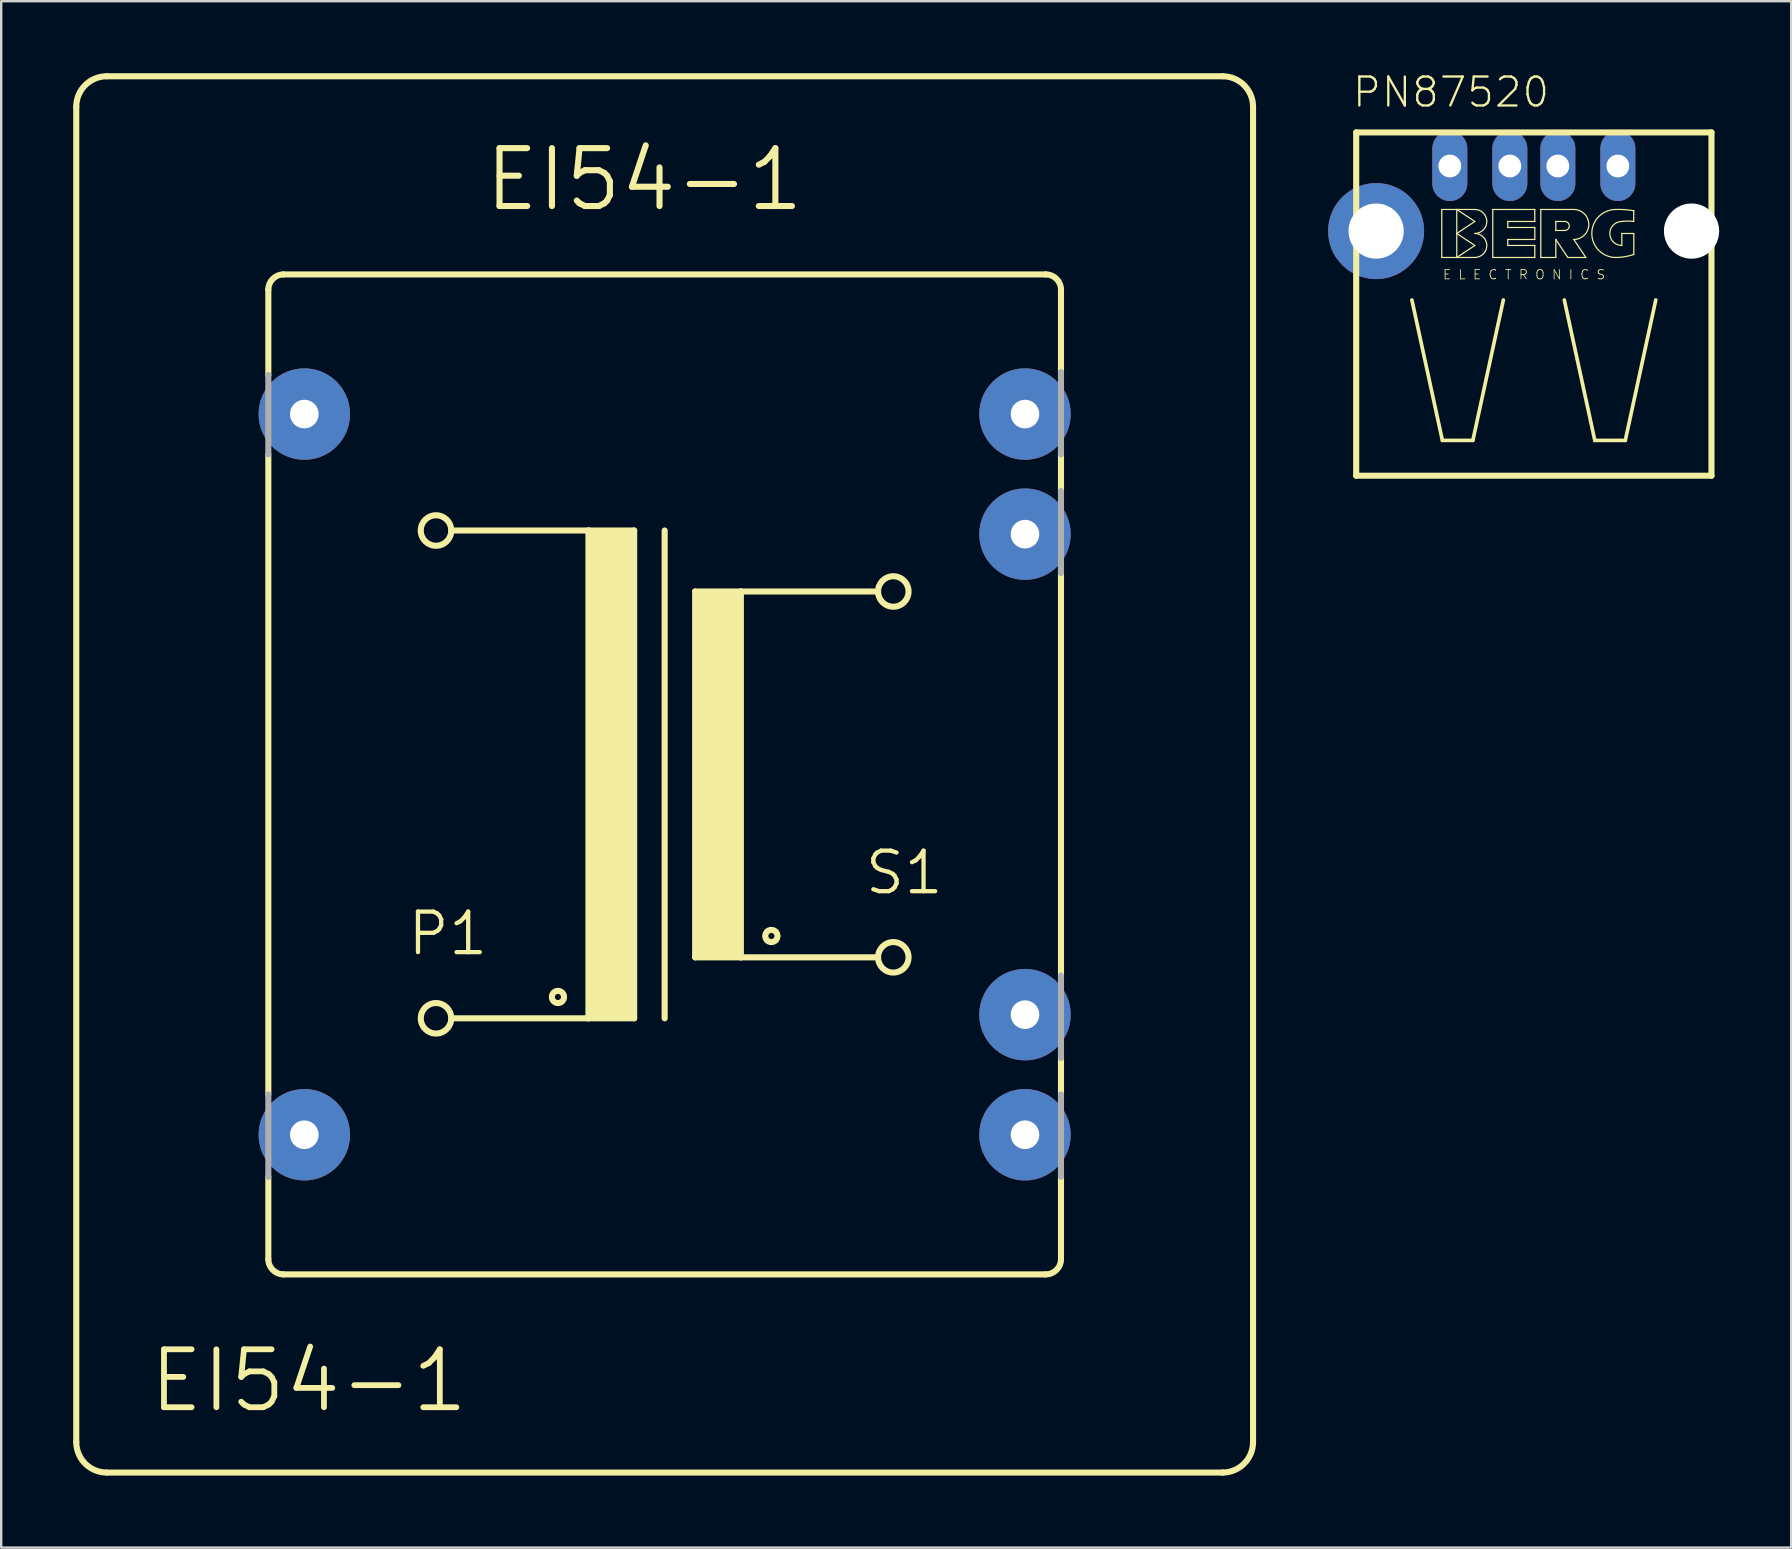
<source format=kicad_pcb>
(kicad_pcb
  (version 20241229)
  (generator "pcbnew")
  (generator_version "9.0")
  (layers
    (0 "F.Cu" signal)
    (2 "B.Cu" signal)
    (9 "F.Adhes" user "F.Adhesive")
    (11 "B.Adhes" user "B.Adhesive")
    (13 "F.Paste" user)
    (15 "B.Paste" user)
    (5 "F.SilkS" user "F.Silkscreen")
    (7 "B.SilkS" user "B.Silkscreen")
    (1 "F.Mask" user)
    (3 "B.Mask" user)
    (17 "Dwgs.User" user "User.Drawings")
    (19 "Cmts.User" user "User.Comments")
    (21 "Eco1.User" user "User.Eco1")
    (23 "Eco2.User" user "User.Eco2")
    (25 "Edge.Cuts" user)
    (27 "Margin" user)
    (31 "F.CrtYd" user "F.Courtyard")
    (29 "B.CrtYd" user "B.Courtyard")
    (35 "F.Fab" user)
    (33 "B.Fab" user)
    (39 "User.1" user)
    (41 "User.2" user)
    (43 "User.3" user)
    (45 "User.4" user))
  (footprint "PN87520"
    (layer "F.Cu")
    (at 60.846 6.576)
    (property "Reference" "PN87520" (at -7.62 -5.08 0) (layer "F.SilkS") (effects (font (size 1.206 1.206) (thickness 0.097)) (justify left bottom)))
    (attr through_hole)
    (fp_line (start -7.4 -4.11) (end -7.4 10.19) (stroke (width 0.254) (type solid)) (layer "F.SilkS"))
    (fp_line (start -7.4 10.19) (end 7.4 10.19) (stroke (width 0.254) (type solid)) (layer "F.SilkS"))
    (fp_line (start -5.08 2.87) (end -3.81 8.72) (stroke (width 0.152) (type solid)) (layer "F.SilkS"))
    (fp_line (start -3.835 -0.9) (end -3.835 1.1) (stroke (width 0.051) (type solid)) (layer "F.SilkS"))
    (fp_line (start -3.835 1.1) (end -3.21 1.1) (stroke (width 0.051) (type solid)) (layer "F.SilkS"))
    (fp_line (start -3.81 8.72) (end -2.54 8.72) (stroke (width 0.152) (type solid)) (layer "F.SilkS"))
    (fp_line (start -3.21 -0.9) (end -3.835 -0.9) (stroke (width 0.051) (type solid)) (layer "F.SilkS"))
    (fp_line (start -3.21 -0.9) (end -2.46 -0.4) (stroke (width 0.051) (type solid)) (layer "F.SilkS"))
    (fp_line (start -3.21 0.1) (end -3.21 -0.9) (stroke (width 0.051) (type solid)) (layer "F.SilkS"))
    (fp_line (start -3.21 0.1) (end -2.46 0.6) (stroke (width 0.051) (type solid)) (layer "F.SilkS"))
    (fp_line (start -3.21 1.1) (end -3.21 0.1) (stroke (width 0.051) (type solid)) (layer "F.SilkS"))
    (fp_line (start -2.54 8.72) (end -1.27 2.87) (stroke (width 0.152) (type solid)) (layer "F.SilkS"))
    (fp_line (start -2.46 -0.9) (end -3.21 -0.9) (stroke (width 0.051) (type solid)) (layer "F.SilkS"))
    (fp_line (start -2.46 -0.4) (end -3.21 0.1) (stroke (width 0.051) (type solid)) (layer "F.SilkS"))
    (fp_line (start -2.46 0.6) (end -3.21 1.1) (stroke (width 0.051) (type solid)) (layer "F.SilkS"))
    (fp_line (start -2.46 1.1) (end -3.21 1.1) (stroke (width 0.051) (type solid)) (layer "F.SilkS"))
    (fp_line (start -1.71 -0.9) (end -1.71 1.1) (stroke (width 0.051) (type solid)) (layer "F.SilkS"))
    (fp_line (start -1.71 1.1) (end 0.04 1.1) (stroke (width 0.051) (type solid)) (layer "F.SilkS"))
    (fp_line (start -1.085 -0.4) (end 0.04 -0.4) (stroke (width 0.051) (type solid)) (layer "F.SilkS"))
    (fp_line (start -1.085 -0.15) (end -1.085 -0.4) (stroke (width 0.051) (type solid)) (layer "F.SilkS"))
    (fp_line (start -1.085 0.35) (end 0.04 0.35) (stroke (width 0.051) (type solid)) (layer "F.SilkS"))
    (fp_line (start -1.085 0.6) (end -1.085 0.35) (stroke (width 0.051) (type solid)) (layer "F.SilkS"))
    (fp_line (start 0.04 -0.9) (end -1.71 -0.9) (stroke (width 0.051) (type solid)) (layer "F.SilkS"))
    (fp_line (start 0.04 -0.4) (end 0.04 -0.9) (stroke (width 0.051) (type solid)) (layer "F.SilkS"))
    (fp_line (start 0.04 -0.15) (end -1.085 -0.15) (stroke (width 0.051) (type solid)) (layer "F.SilkS"))
    (fp_line (start 0.04 0.35) (end 0.04 -0.15) (stroke (width 0.051) (type solid)) (layer "F.SilkS"))
    (fp_line (start 0.04 0.6) (end -1.085 0.6) (stroke (width 0.051) (type solid)) (layer "F.SilkS"))
    (fp_line (start 0.04 1.1) (end 0.04 0.6) (stroke (width 0.051) (type solid)) (layer "F.SilkS"))
    (fp_line (start 0.29 -0.9) (end 0.29 1.1) (stroke (width 0.051) (type solid)) (layer "F.SilkS"))
    (fp_line (start 0.29 -0.9) (end 1.665 -0.9) (stroke (width 0.051) (type solid)) (layer "F.SilkS"))
    (fp_line (start 0.29 1.1) (end 0.915 1.1) (stroke (width 0.051) (type solid)) (layer "F.SilkS"))
    (fp_line (start 0.915 -0.4) (end 0.915 -0.025) (stroke (width 0.051) (type solid)) (layer "F.SilkS"))
    (fp_line (start 0.915 -0.4) (end 1.29 -0.4) (stroke (width 0.051) (type solid)) (layer "F.SilkS"))
    (fp_line (start 0.915 -0.025) (end 1.29 -0.025) (stroke (width 0.051) (type solid)) (layer "F.SilkS"))
    (fp_line (start 0.915 0.35) (end 1.415 1.1) (stroke (width 0.051) (type solid)) (layer "F.SilkS"))
    (fp_line (start 0.915 1.1) (end 0.915 0.35) (stroke (width 0.051) (type solid)) (layer "F.SilkS"))
    (fp_line (start 1.27 2.87) (end 2.54 8.72) (stroke (width 0.152) (type solid)) (layer "F.SilkS"))
    (fp_line (start 1.415 1.1) (end 2.165 1.1) (stroke (width 0.051) (type solid)) (layer "F.SilkS"))
    (fp_line (start 2.165 1.1) (end 1.665 0.35) (stroke (width 0.051) (type solid)) (layer "F.SilkS"))
    (fp_line (start 2.54 8.72) (end 3.81 8.72) (stroke (width 0.152) (type solid)) (layer "F.SilkS"))
    (fp_line (start 3.665 0.1) (end 3.665 0.6) (stroke (width 0.051) (type solid)) (layer "F.SilkS"))
    (fp_line (start 3.665 0.1) (end 4.165 0.1) (stroke (width 0.051) (type solid)) (layer "F.SilkS"))
    (fp_line (start 3.81 8.72) (end 5.08 2.87) (stroke (width 0.152) (type solid)) (layer "F.SilkS"))
    (fp_line (start 4.16 -0.4) (end 4.16 -0.845) (stroke (width 0.051) (type solid)) (layer "F.SilkS"))
    (fp_line (start 4.165 0.1) (end 4.165 0.975) (stroke (width 0.051) (type solid)) (layer "F.SilkS"))
    (fp_line (start 7.4 -4.11) (end -7.4 -4.11) (stroke (width 0.254) (type solid)) (layer "F.SilkS"))
    (fp_line (start 7.4 10.19) (end 7.4 -4.11) (stroke (width 0.254) (type solid)) (layer "F.SilkS"))
    (fp_arc (start -2.46 -0.9) (mid -1.96 -0.4) (end -2.46 0.1) (stroke (width 0.0508) (type solid)) (layer "F.SilkS"))
    (fp_arc (start -2.46 0.1) (mid -1.96 0.6) (end -2.46 1.1) (stroke (width 0.0508) (type solid)) (layer "F.SilkS"))
    (fp_arc (start 1.29 -0.4) (mid 1.4775 -0.2125) (end 1.29 -0.025) (stroke (width 0.0508) (type solid)) (layer "F.SilkS"))
    (fp_arc (start 1.665 -0.9) (mid 2.29 -0.275) (end 1.665 0.35) (stroke (width 0.0508) (type solid)) (layer "F.SilkS"))
    (fp_arc (start 3.415 -0.9) (mid 3.796448 -0.892513) (end 4.175 -0.845) (stroke (width 0.0508) (type solid)) (layer "F.SilkS"))
    (fp_arc (start 3.415 1.1) (mid 2.415 0.1) (end 3.415 -0.9) (stroke (width 0.0508) (type solid)) (layer "F.SilkS"))
    (fp_arc (start 3.665 -0.4) (mid 3.915 -0.416593) (end 4.165 -0.4) (stroke (width 0.0508) (type solid)) (layer "F.SilkS"))
    (fp_arc (start 3.665 0.6) (mid 3.165 0.1) (end 3.665 -0.4) (stroke (width 0.0508) (type solid)) (layer "F.SilkS"))
    (fp_arc (start 4.165 0.975) (mid 3.795035 1.06771) (end 3.415 1.1) (stroke (width 0.0508) (type solid)) (layer "F.SilkS"))
    (fp_text user "E L E C T R O N I C S" (at -3.81 2.04 0) (layer "F.SilkS") (effects (font (size 0.386 0.386) (thickness 0.033)) (justify left bottom)))
    (pad "" thru_hole circle (at -6.57 0) (size 4 4) (drill 2.3) (layers "*.Cu" "*.Mask"))
    (pad "" np_thru_hole circle (at 6.57 0) (size 2.3 2.3) (drill 2.3) (layers "*.Cu" "*.Mask"))
    (pad "1" thru_hole oval (at -3.5 -2.71 90) (size 2.916 1.458) (drill 0.95) (layers "*.Cu" "*.Mask"))
    (pad "2" thru_hole oval (at -1 -2.71 90) (size 2.916 1.458) (drill 0.95) (layers "*.Cu" "*.Mask"))
    (pad "3" thru_hole oval (at 1 -2.71 90) (size 2.916 1.458) (drill 0.95) (layers "*.Cu" "*.Mask"))
    (pad "4" thru_hole oval (at 3.5 -2.71 90) (size 2.916 1.458) (drill 0.95) (layers "*.Cu" "*.Mask")))
  (footprint "EI54-1"
    (layer "F.Cu")
    (at 24.638 29.21)
    (property "Reference" "EI54-1" (at -21.59 26.67 0) (layer "F.SilkS") (effects (font (size 2.413 2.413) (thickness 0.241)) (justify left bottom)))
    (attr through_hole)
    (fp_line (start -24.511 27.813) (end -24.511 -27.813) (stroke (width 0.254) (type solid)) (layer "F.SilkS"))
    (fp_line (start -16.51 -20.193) (end -16.51 -16.637) (stroke (width 0.254) (type solid)) (layer "F.SilkS"))
    (fp_line (start -16.51 -13.335) (end -16.51 13.335) (stroke (width 0.254) (type solid)) (layer "F.SilkS"))
    (fp_line (start -16.51 20.193) (end -16.51 16.764) (stroke (width 0.254) (type solid)) (layer "F.SilkS"))
    (fp_line (start -15.875 -20.828) (end 15.875 -20.828) (stroke (width 0.254) (type solid)) (layer "F.SilkS"))
    (fp_line (start -15.875 20.828) (end 15.875 20.828) (stroke (width 0.254) (type solid)) (layer "F.SilkS"))
    (fp_line (start -8.89 -10.16) (end -3.175 -10.16) (stroke (width 0.254) (type solid)) (layer "F.SilkS"))
    (fp_line (start -3.175 -10.16) (end -3.175 10.16) (stroke (width 0.254) (type solid)) (layer "F.SilkS"))
    (fp_line (start -3.175 -10.16) (end -1.27 -10.16) (stroke (width 0.254) (type solid)) (layer "F.SilkS"))
    (fp_line (start -3.175 10.16) (end -8.89 10.16) (stroke (width 0.254) (type solid)) (layer "F.SilkS"))
    (fp_line (start -1.27 -10.16) (end -1.27 10.16) (stroke (width 0.254) (type solid)) (layer "F.SilkS"))
    (fp_line (start -1.27 10.16) (end -3.175 10.16) (stroke (width 0.254) (type solid)) (layer "F.SilkS"))
    (fp_line (start 0 -10.16) (end 0 10.16) (stroke (width 0.254) (type solid)) (layer "F.SilkS"))
    (fp_line (start 1.27 -7.62) (end 1.27 7.62) (stroke (width 0.254) (type solid)) (layer "F.SilkS"))
    (fp_line (start 1.27 -7.62) (end 3.175 -7.62) (stroke (width 0.254) (type solid)) (layer "F.SilkS"))
    (fp_line (start 1.27 7.62) (end 3.175 7.62) (stroke (width 0.254) (type solid)) (layer "F.SilkS"))
    (fp_line (start 3.175 -7.62) (end 8.89 -7.62) (stroke (width 0.254) (type solid)) (layer "F.SilkS"))
    (fp_line (start 3.175 7.62) (end 3.175 -7.62) (stroke (width 0.254) (type solid)) (layer "F.SilkS"))
    (fp_line (start 3.175 7.62) (end 8.89 7.62) (stroke (width 0.254) (type solid)) (layer "F.SilkS"))
    (fp_line (start 16.51 -20.193) (end 16.51 -16.764) (stroke (width 0.254) (type solid)) (layer "F.SilkS"))
    (fp_line (start 16.51 -13.335) (end 16.51 -11.811) (stroke (width 0.254) (type solid)) (layer "F.SilkS"))
    (fp_line (start 16.51 -8.382) (end 16.51 8.382) (stroke (width 0.254) (type solid)) (layer "F.SilkS"))
    (fp_line (start 16.51 11.684) (end 16.51 13.335) (stroke (width 0.254) (type solid)) (layer "F.SilkS"))
    (fp_line (start 16.51 20.193) (end 16.51 16.764) (stroke (width 0.254) (type solid)) (layer "F.SilkS"))
    (fp_line (start 23.241 -29.083) (end -23.241 -29.083) (stroke (width 0.254) (type solid)) (layer "F.SilkS"))
    (fp_line (start 23.241 29.083) (end -23.241 29.083) (stroke (width 0.254) (type solid)) (layer "F.SilkS"))
    (fp_line (start 24.511 -27.813) (end 24.511 27.813) (stroke (width 0.254) (type solid)) (layer "F.SilkS"))
    (fp_arc (start -24.511 -27.813) (mid -24.139026 -28.711026) (end -23.241 -29.083) (stroke (width 0.254) (type solid)) (layer "F.SilkS"))
    (fp_arc (start -23.241 29.083) (mid -24.139026 28.711026) (end -24.511 27.813) (stroke (width 0.254) (type solid)) (layer "F.SilkS"))
    (fp_arc (start -16.51 -20.193) (mid -16.324013 -20.642013) (end -15.875 -20.828) (stroke (width 0.254) (type solid)) (layer "F.SilkS"))
    (fp_arc (start -15.875 20.828) (mid -16.324013 20.642013) (end -16.51 20.193) (stroke (width 0.254) (type solid)) (layer "F.SilkS"))
    (fp_arc (start 15.875 -20.828) (mid 16.324013 -20.642013) (end 16.51 -20.193) (stroke (width 0.254) (type solid)) (layer "F.SilkS"))
    (fp_arc (start 16.51 20.193) (mid 16.324013 20.642013) (end 15.875 20.828) (stroke (width 0.254) (type solid)) (layer "F.SilkS"))
    (fp_arc (start 23.241 -29.083) (mid 24.139026 -28.711026) (end 24.511 -27.813) (stroke (width 0.254) (type solid)) (layer "F.SilkS"))
    (fp_arc (start 24.511 27.813) (mid 24.139026 28.711026) (end 23.241 29.083) (stroke (width 0.254) (type solid)) (layer "F.SilkS"))
    (fp_circle (center -9.525 -10.16) (end -8.89 -10.16) (stroke (width 0.254) (type solid)) (fill no) (layer "F.SilkS"))
    (fp_circle (center -9.525 10.16) (end -8.89 10.16) (stroke (width 0.254) (type solid)) (fill no) (layer "F.SilkS"))
    (fp_circle (center -4.445 9.271) (end -4.191 9.271) (stroke (width 0.254) (type solid)) (fill no) (layer "F.SilkS"))
    (fp_circle (center 4.445 6.731) (end 4.699 6.731) (stroke (width 0.254) (type solid)) (fill no) (layer "F.SilkS"))
    (fp_circle (center 9.525 -7.62) (end 10.16 -7.62) (stroke (width 0.254) (type solid)) (fill no) (layer "F.SilkS"))
    (fp_circle (center 9.525 7.62) (end 10.16 7.62) (stroke (width 0.254) (type solid)) (fill no) (layer "F.SilkS"))
    (fp_poly (pts (xy -3.175 10.16) (xy -1.27 10.16) (xy -1.27 -10.16) (xy -3.175 -10.16)) (stroke (width 0) (type solid)) (fill yes) (layer "F.SilkS"))
    (fp_poly (pts (xy 1.27 7.62) (xy 3.175 7.62) (xy 3.175 -7.62) (xy 1.27 -7.62)) (stroke (width 0) (type solid)) (fill yes) (layer "F.SilkS"))
    (fp_line (start -16.51 -13.335) (end -16.51 -16.637) (stroke (width 0.254) (type solid)) (layer "F.Fab"))
    (fp_line (start -16.51 13.335) (end -16.51 16.764) (stroke (width 0.254) (type solid)) (layer "F.Fab"))
    (fp_line (start 16.51 -13.335) (end 16.51 -16.764) (stroke (width 0.254) (type solid)) (layer "F.Fab"))
    (fp_line (start 16.51 -8.382) (end 16.51 -11.811) (stroke (width 0.254) (type solid)) (layer "F.Fab"))
    (fp_line (start 16.51 11.811) (end 16.51 8.382) (stroke (width 0.254) (type solid)) (layer "F.Fab"))
    (fp_line (start 16.51 16.764) (end 16.51 13.335) (stroke (width 0.254) (type solid)) (layer "F.Fab"))
    (fp_text user "S1" (at 8.255 5.08 0) (layer "F.SilkS") (effects (font (size 1.689 1.689) (thickness 0.178)) (justify left bottom)))
    (fp_text user "P1" (at -10.795 7.62 0) (layer "F.SilkS") (effects (font (size 1.689 1.689) (thickness 0.178)) (justify left bottom)))
    (fp_text user "EI54-1" (at -7.62 -23.368 0) (layer "F.SilkS") (effects (font (size 2.413 2.413) (thickness 0.254)) (justify left bottom)))
    (pad "1" thru_hole circle (at -15.011 -15.011) (size 3.81 3.81) (drill 1.194) (layers "*.Cu" "*.Mask"))
    (pad "7" thru_hole circle (at -15.011 15.011) (size 3.81 3.81) (drill 1.194) (layers "*.Cu" "*.Mask"))
    (pad "8" thru_hole circle (at 15.011 15.011) (size 3.81 3.81) (drill 1.194) (layers "*.Cu" "*.Mask"))
    (pad "9" thru_hole circle (at 15.011 10.008) (size 3.81 3.81) (drill 1.194) (layers "*.Cu" "*.Mask"))
    (pad "13" thru_hole circle (at 15.011 -10.008) (size 3.81 3.81) (drill 1.194) (layers "*.Cu" "*.Mask"))
    (pad "14" thru_hole circle (at 15.011 -15.011) (size 3.81 3.81) (drill 1.194) (layers "*.Cu" "*.Mask")))
  (gr_rect
    (start -3 -3)
    (end 71.566 61.42)
    (stroke (width 0.1) (type default))
    (fill no)
    (layer "Edge.Cuts")))
</source>
